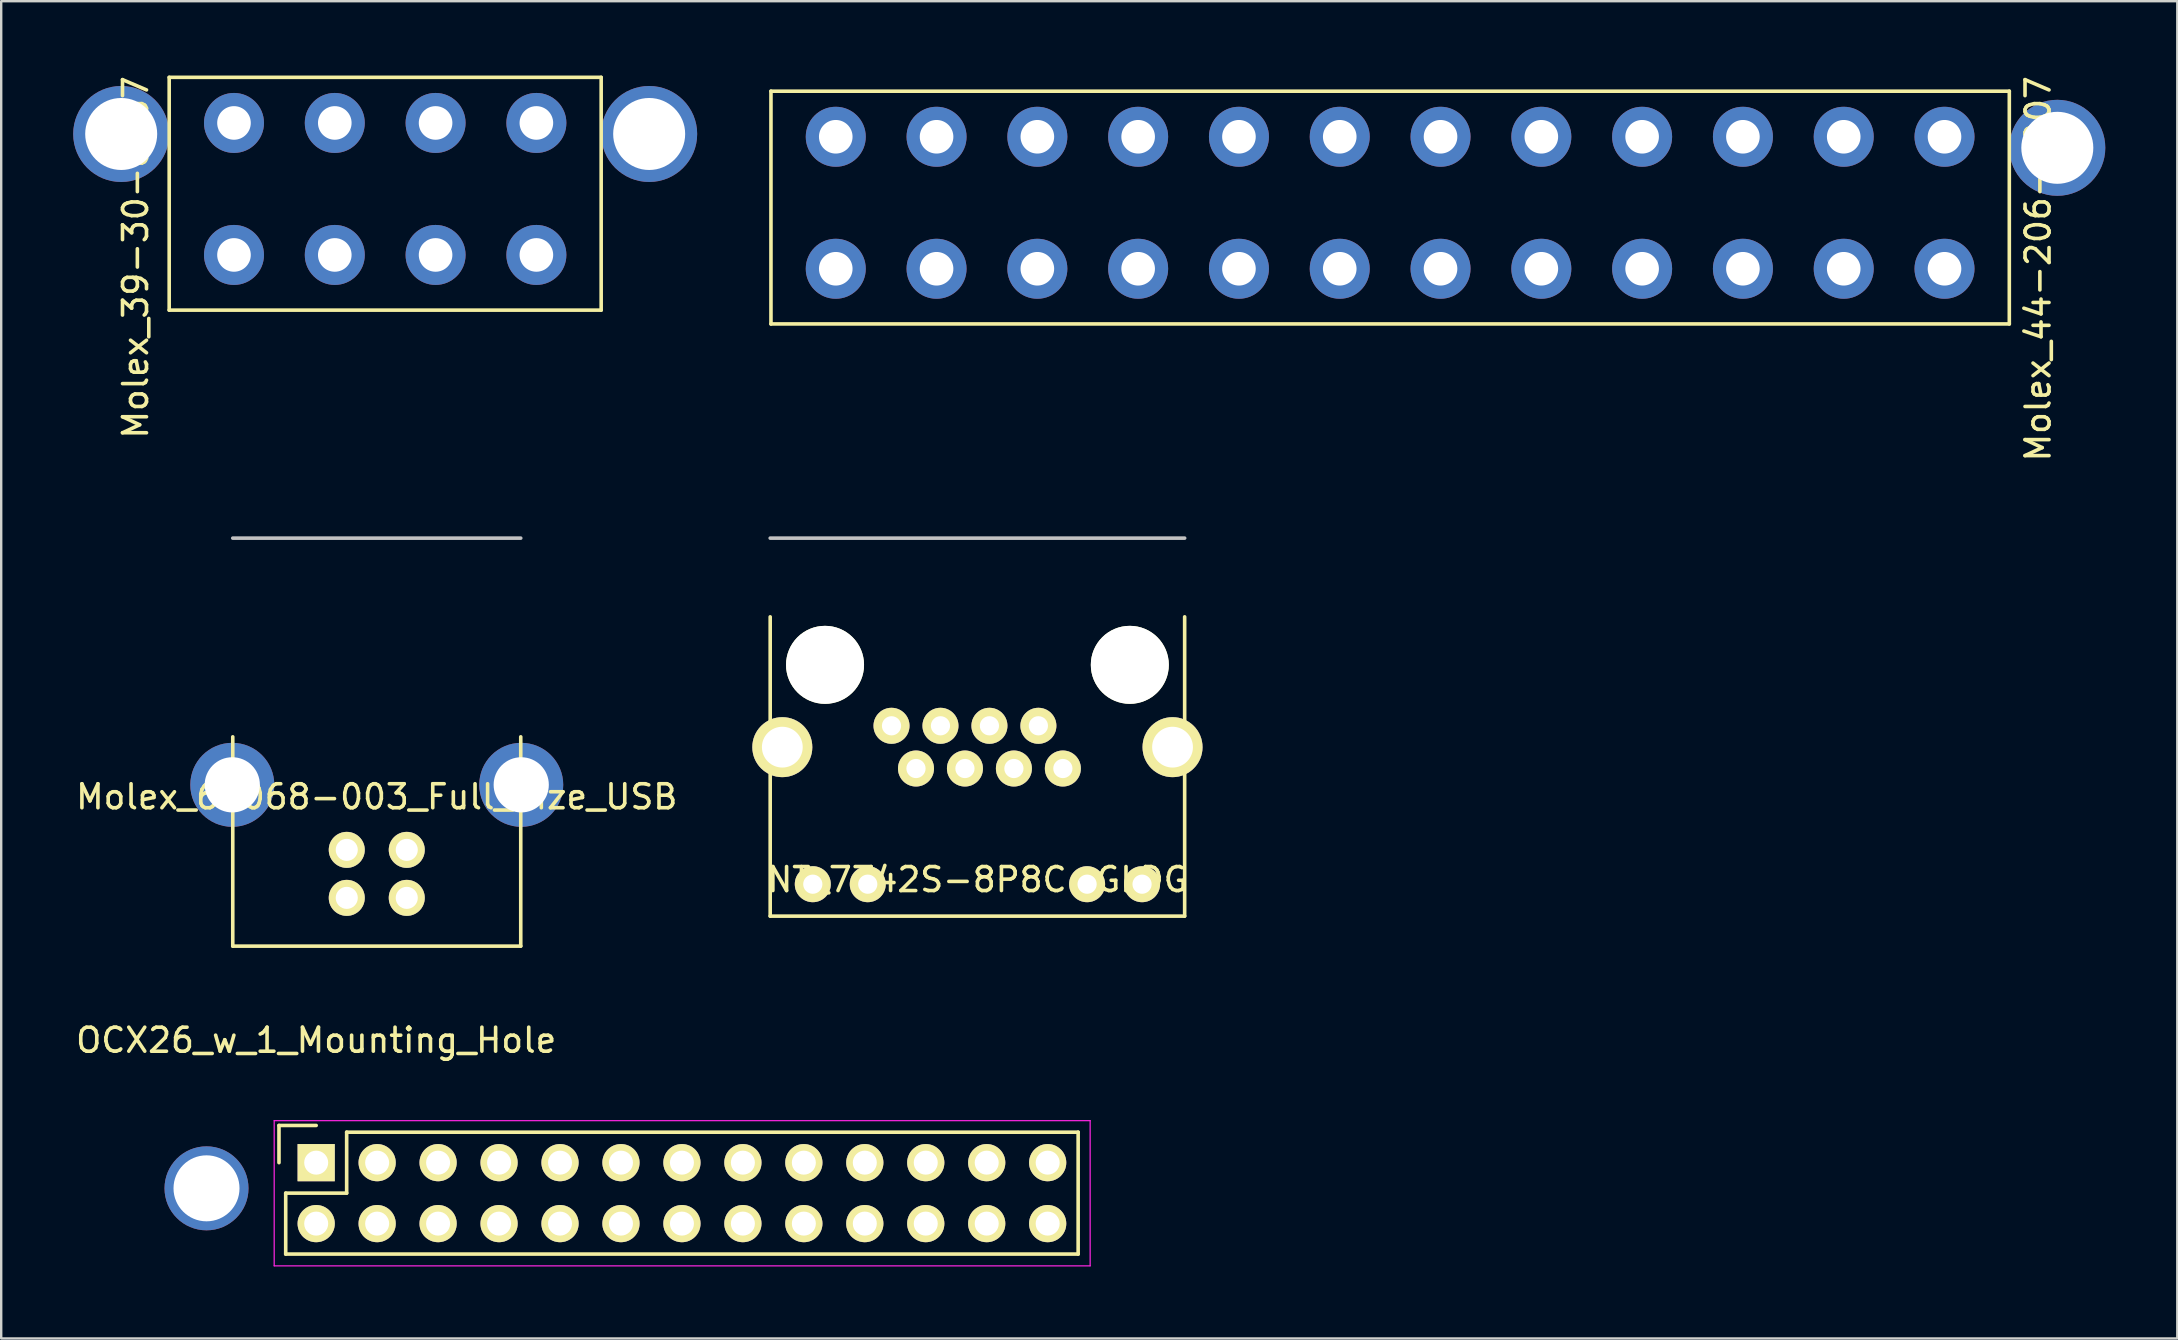
<source format=kicad_pcb>
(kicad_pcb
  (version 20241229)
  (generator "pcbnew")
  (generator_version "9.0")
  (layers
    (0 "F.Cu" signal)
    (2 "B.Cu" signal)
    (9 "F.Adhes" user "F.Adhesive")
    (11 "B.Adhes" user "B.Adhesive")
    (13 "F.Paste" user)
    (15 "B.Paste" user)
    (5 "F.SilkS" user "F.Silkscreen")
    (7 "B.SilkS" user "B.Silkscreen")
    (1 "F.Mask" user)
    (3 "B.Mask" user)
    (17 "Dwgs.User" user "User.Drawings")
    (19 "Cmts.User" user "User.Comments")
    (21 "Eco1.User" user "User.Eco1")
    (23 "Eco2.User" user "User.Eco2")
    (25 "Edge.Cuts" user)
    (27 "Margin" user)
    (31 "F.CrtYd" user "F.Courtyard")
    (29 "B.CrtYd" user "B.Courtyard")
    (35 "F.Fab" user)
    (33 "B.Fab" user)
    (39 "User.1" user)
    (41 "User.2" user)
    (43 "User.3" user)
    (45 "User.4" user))
  (footprint "Molex_67068-003_Full_Size_USB"
    (layer "F.Cu")
    (at 12.649 29.653)
    (property "Reference" "Molex_67068-003_Full_Size_USB" (at 0 0.5 0) (layer "F.SilkS") (effects (font (size 1 1) (thickness 0.15))))
    (attr through_hole)
    (fp_line (start -6 -2) (end -6 6.72) (stroke (width 0.15) (type solid)) (layer "F.SilkS"))
    (fp_line (start -6 6.72) (end 6 6.72) (stroke (width 0.15) (type solid)) (layer "F.SilkS"))
    (fp_line (start 6 6.72) (end 6 -2) (stroke (width 0.15) (type solid)) (layer "F.SilkS"))
    (fp_line (start -6 -10.28) (end 6 -10.28) (stroke (width 0.15) (type solid)) (layer "Dwgs.User"))
    (pad "1" thru_hole circle (at -1.25 4.71) (size 1.5 1.5) (drill 0.92) (layers "*.Cu" "*.Mask" "F.SilkS"))
    (pad "2" thru_hole circle (at 1.25 4.71) (size 1.5 1.5) (drill 0.92) (layers "*.Cu" "*.Mask" "F.SilkS"))
    (pad "3" thru_hole circle (at 1.25 2.71) (size 1.5 1.5) (drill 0.92) (layers "*.Cu" "*.Mask" "F.SilkS"))
    (pad "4" thru_hole circle (at -1.25 2.71) (size 1.5 1.5) (drill 0.92) (layers "*.Cu" "*.Mask" "F.SilkS"))
    (pad "5" thru_hole circle (at -6.02 0) (size 3.5 3.5) (drill 2.3) (layers "*.Cu" "*.Mask"))
    (pad "5" thru_hole circle (at 6.02 0) (size 3.5 3.5) (drill 2.3) (layers "*.Cu" "*.Mask")))
  (footprint "OCX26_w_1_Mounting_Hole"
    (layer "F.Cu")
    (at 10.125 45.396)
    (property "Reference" "OCX26_w_1_Mounting_Hole" (at 0 -5.1 0) (layer "F.SilkS") (effects (font (size 1 1) (thickness 0.15))))
    (attr through_hole)
    (fp_line (start -1.55 -1.55) (end -1.55 0) (stroke (width 0.15) (type solid)) (layer "F.SilkS"))
    (fp_line (start -1.27 1.27) (end 1.27 1.27) (stroke (width 0.15) (type solid)) (layer "F.SilkS"))
    (fp_line (start -1.27 3.81) (end -1.27 1.27) (stroke (width 0.15) (type solid)) (layer "F.SilkS"))
    (fp_line (start -1.27 3.81) (end 31.75 3.81) (stroke (width 0.15) (type solid)) (layer "F.SilkS"))
    (fp_line (start 0 -1.55) (end -1.55 -1.55) (stroke (width 0.15) (type solid)) (layer "F.SilkS"))
    (fp_line (start 1.27 -1.27) (end 31.75 -1.27) (stroke (width 0.15) (type solid)) (layer "F.SilkS"))
    (fp_line (start 1.27 1.27) (end 1.27 -1.27) (stroke (width 0.15) (type solid)) (layer "F.SilkS"))
    (fp_line (start 31.75 3.81) (end 31.75 -1.27) (stroke (width 0.15) (type solid)) (layer "F.SilkS"))
    (fp_line (start -1.75 -1.75) (end -1.75 4.3) (stroke (width 0.05) (type solid)) (layer "F.CrtYd"))
    (fp_line (start -1.75 -1.75) (end 32.25 -1.75) (stroke (width 0.05) (type solid)) (layer "F.CrtYd"))
    (fp_line (start -1.75 4.3) (end 32.25 4.3) (stroke (width 0.05) (type solid)) (layer "F.CrtYd"))
    (fp_line (start 32.25 -1.75) (end 32.25 4.3) (stroke (width 0.05) (type solid)) (layer "F.CrtYd"))
    (pad "" np_thru_hole circle (at -4.57 1.07) (size 3.5 3.5) (drill 2.75) (layers "*.Cu" "*.Mask"))
    (pad "1" thru_hole rect (at 0 0) (size 1.55 1.55) (drill 1) (layers "*.Cu" "*.Mask" "F.SilkS"))
    (pad "2" thru_hole oval (at 0 2.54) (size 1.55 1.55) (drill 1) (layers "*.Cu" "*.Mask" "F.SilkS"))
    (pad "3" thru_hole oval (at 2.54 0) (size 1.55 1.55) (drill 1) (layers "*.Cu" "*.Mask" "F.SilkS"))
    (pad "4" thru_hole oval (at 2.54 2.54) (size 1.55 1.55) (drill 1) (layers "*.Cu" "*.Mask" "F.SilkS"))
    (pad "5" thru_hole oval (at 5.08 0) (size 1.55 1.55) (drill 1) (layers "*.Cu" "*.Mask" "F.SilkS"))
    (pad "6" thru_hole oval (at 5.08 2.54) (size 1.55 1.55) (drill 1) (layers "*.Cu" "*.Mask" "F.SilkS"))
    (pad "7" thru_hole oval (at 7.62 0) (size 1.55 1.55) (drill 1) (layers "*.Cu" "*.Mask" "F.SilkS"))
    (pad "8" thru_hole oval (at 7.62 2.54) (size 1.55 1.55) (drill 1) (layers "*.Cu" "*.Mask" "F.SilkS"))
    (pad "9" thru_hole oval (at 10.16 0) (size 1.55 1.55) (drill 1) (layers "*.Cu" "*.Mask" "F.SilkS"))
    (pad "10" thru_hole oval (at 10.16 2.54) (size 1.55 1.55) (drill 1) (layers "*.Cu" "*.Mask" "F.SilkS"))
    (pad "11" thru_hole oval (at 12.7 0) (size 1.55 1.55) (drill 1) (layers "*.Cu" "*.Mask" "F.SilkS"))
    (pad "12" thru_hole oval (at 12.7 2.54) (size 1.55 1.55) (drill 1) (layers "*.Cu" "*.Mask" "F.SilkS"))
    (pad "13" thru_hole oval (at 15.24 0) (size 1.55 1.55) (drill 1) (layers "*.Cu" "*.Mask" "F.SilkS"))
    (pad "14" thru_hole oval (at 15.24 2.54) (size 1.55 1.55) (drill 1) (layers "*.Cu" "*.Mask" "F.SilkS"))
    (pad "15" thru_hole oval (at 17.78 0) (size 1.55 1.55) (drill 1) (layers "*.Cu" "*.Mask" "F.SilkS"))
    (pad "16" thru_hole oval (at 17.78 2.54) (size 1.55 1.55) (drill 1) (layers "*.Cu" "*.Mask" "F.SilkS"))
    (pad "17" thru_hole oval (at 20.32 0) (size 1.55 1.55) (drill 1) (layers "*.Cu" "*.Mask" "F.SilkS"))
    (pad "18" thru_hole oval (at 20.32 2.54) (size 1.55 1.55) (drill 1) (layers "*.Cu" "*.Mask" "F.SilkS"))
    (pad "19" thru_hole oval (at 22.86 0) (size 1.55 1.55) (drill 1) (layers "*.Cu" "*.Mask" "F.SilkS"))
    (pad "20" thru_hole oval (at 22.86 2.54) (size 1.55 1.55) (drill 1) (layers "*.Cu" "*.Mask" "F.SilkS"))
    (pad "21" thru_hole oval (at 25.4 0) (size 1.55 1.55) (drill 1) (layers "*.Cu" "*.Mask" "F.SilkS"))
    (pad "22" thru_hole oval (at 25.4 2.54) (size 1.55 1.55) (drill 1) (layers "*.Cu" "*.Mask" "F.SilkS"))
    (pad "23" thru_hole oval (at 27.94 0) (size 1.55 1.55) (drill 1) (layers "*.Cu" "*.Mask" "F.SilkS"))
    (pad "24" thru_hole oval (at 27.94 2.54) (size 1.55 1.55) (drill 1) (layers "*.Cu" "*.Mask" "F.SilkS"))
    (pad "25" thru_hole oval (at 30.48 0) (size 1.55 1.55) (drill 1) (layers "*.Cu" "*.Mask" "F.SilkS"))
    (pad "26" thru_hole oval (at 30.48 2.54) (size 1.55 1.55) (drill 1) (layers "*.Cu" "*.Mask" "F.SilkS")))
  (footprint "Molex_39-30-6087"
    (layer "F.Cu")
    (at 19.3 7.573)
    (property "Reference" "Molex_39-30-6087" (at -16.7 0.1 90) (layer "F.SilkS") (effects (font (size 1 1) (thickness 0.15))))
    (attr through_hole)
    (fp_line (start -15.3 -7.4) (end 2.7 -7.4) (stroke (width 0.15) (type solid)) (layer "F.SilkS"))
    (fp_line (start -15.3 2.3) (end -15.3 -7.4) (stroke (width 0.15) (type solid)) (layer "F.SilkS"))
    (fp_line (start 2.7 -7.4) (end 2.7 2.3) (stroke (width 0.15) (type solid)) (layer "F.SilkS"))
    (fp_line (start 2.7 2.3) (end -15.3 2.3) (stroke (width 0.15) (type solid)) (layer "F.SilkS"))
    (pad "" np_thru_hole circle (at -17.3 -5.04) (size 4 4) (drill 3) (layers "*.Cu" "*.Mask"))
    (pad "" np_thru_hole circle (at 4.7 -5.04) (size 4 4) (drill 3) (layers "*.Cu" "*.Mask"))
    (pad "1" thru_hole circle (at 0 0) (size 2.5 2.5) (drill 1.4) (layers "*.Cu" "*.Mask"))
    (pad "2" thru_hole circle (at -4.2 0) (size 2.5 2.5) (drill 1.4) (layers "*.Cu" "*.Mask"))
    (pad "3" thru_hole circle (at -8.4 0) (size 2.5 2.5) (drill 1.4) (layers "*.Cu" "*.Mask"))
    (pad "4" thru_hole circle (at -12.6 0) (size 2.5 2.5) (drill 1.4) (layers "*.Cu" "*.Mask"))
    (pad "5" thru_hole circle (at 0 -5.5) (size 2.5 2.5) (drill 1.4) (layers "*.Cu" "*.Mask"))
    (pad "6" thru_hole circle (at -4.2 -5.5) (size 2.5 2.5) (drill 1.4) (layers "*.Cu" "*.Mask"))
    (pad "7" thru_hole circle (at -8.4 -5.5) (size 2.5 2.5) (drill 1.4) (layers "*.Cu" "*.Mask"))
    (pad "8" thru_hole circle (at -12.6 -5.5) (size 2.5 2.5) (drill 1.4) (layers "*.Cu" "*.Mask")))
  (footprint "NT_7742S-8P8C-GLDG"
    (layer "F.Cu")
    (at 37.678 24.653)
    (property "Reference" "NT_7742S-8P8C-GLDG" (at 0 8.95 0) (layer "F.SilkS") (effects (font (size 1 1) (thickness 0.15))))
    (attr through_hole)
    (fp_line (start -8.635 10.47) (end -8.635 -2) (stroke (width 0.15) (type solid)) (layer "F.SilkS"))
    (fp_line (start 8.635 -2) (end 8.635 10.47) (stroke (width 0.15) (type solid)) (layer "F.SilkS"))
    (fp_line (start 8.635 10.47) (end -8.635 10.47) (stroke (width 0.15) (type solid)) (layer "F.SilkS"))
    (fp_line (start -8.635 -5.28) (end 8.635 -5.28) (stroke (width 0.15) (type solid)) (layer "Dwgs.User"))
    (pad "" np_thru_hole circle (at -6.35 0) (size 3.25 3.25) (drill 3.25) (layers "*.Cu" "*.Mask" "F.SilkS"))
    (pad "" np_thru_hole circle (at 6.35 0) (size 3.25 3.25) (drill 3.25) (layers "*.Cu" "*.Mask" "F.SilkS"))
    (pad "1" thru_hole circle (at -3.58 2.54) (size 1.5 1.5) (drill 0.8) (layers "*.Cu" "*.Mask" "F.SilkS"))
    (pad "2" thru_hole circle (at -1.54 2.54) (size 1.5 1.5) (drill 0.8) (layers "*.Cu" "*.Mask" "F.SilkS"))
    (pad "3" thru_hole circle (at 0.5 2.54) (size 1.5 1.5) (drill 0.8) (layers "*.Cu" "*.Mask" "F.SilkS"))
    (pad "4" thru_hole circle (at 2.54 2.54) (size 1.5 1.5) (drill 0.8) (layers "*.Cu" "*.Mask" "F.SilkS"))
    (pad "5" thru_hole circle (at -2.56 4.32) (size 1.5 1.5) (drill 0.8) (layers "*.Cu" "*.Mask" "F.SilkS"))
    (pad "6" thru_hole circle (at -0.52 4.32) (size 1.5 1.5) (drill 0.8) (layers "*.Cu" "*.Mask" "F.SilkS"))
    (pad "7" thru_hole circle (at 1.52 4.32) (size 1.5 1.5) (drill 0.8) (layers "*.Cu" "*.Mask" "F.SilkS"))
    (pad "8" thru_hole circle (at 3.56 4.32) (size 1.5 1.5) (drill 0.8) (layers "*.Cu" "*.Mask" "F.SilkS"))
    (pad "9" thru_hole circle (at -6.86 9.14) (size 1.5 1.5) (drill 0.8) (layers "*.Cu" "*.Mask" "F.SilkS"))
    (pad "10" thru_hole circle (at -4.57 9.14) (size 1.5 1.5) (drill 0.8) (layers "*.Cu" "*.Mask" "F.SilkS"))
    (pad "11" thru_hole circle (at 4.57 9.14) (size 1.5 1.5) (drill 0.8) (layers "*.Cu" "*.Mask" "F.SilkS"))
    (pad "12" thru_hole circle (at 6.86 9.14) (size 1.5 1.5) (drill 0.8) (layers "*.Cu" "*.Mask" "F.SilkS"))
    (pad "13" thru_hole circle (at -8.13 3.43) (size 2.5 2.5) (drill 1.7) (layers "*.Cu" "*.Mask" "F.SilkS"))
    (pad "13" thru_hole circle (at 8.13 3.43) (size 2.5 2.5) (drill 1.7) (layers "*.Cu" "*.Mask" "F.SilkS")))
  (footprint "Molex_44-206-0007"
    (layer "F.Cu")
    (at 77.975 8.149)
    (property "Reference" "Molex_44-206-0007" (at 3.9 0 90) (layer "F.SilkS") (effects (font (size 1 1) (thickness 0.15))))
    (attr through_hole)
    (fp_line (start -48.9 -7.4) (end 2.7 -7.4) (stroke (width 0.15) (type solid)) (layer "F.SilkS"))
    (fp_line (start -48.9 2.3) (end -48.9 -7.4) (stroke (width 0.15) (type solid)) (layer "F.SilkS"))
    (fp_line (start 2.7 -7.4) (end 2.7 2.3) (stroke (width 0.15) (type solid)) (layer "F.SilkS"))
    (fp_line (start 2.7 2.3) (end -48.9 2.3) (stroke (width 0.15) (type solid)) (layer "F.SilkS"))
    (pad "" np_thru_hole circle (at 4.7 -5.04) (size 4 4) (drill 3) (layers "*.Cu" "*.Mask"))
    (pad "1" thru_hole circle (at 0 0) (size 2.5 2.5) (drill 1.4) (layers "*.Cu" "*.Mask"))
    (pad "2" thru_hole circle (at -4.2 0) (size 2.5 2.5) (drill 1.4) (layers "*.Cu" "*.Mask"))
    (pad "3" thru_hole circle (at -8.4 0) (size 2.5 2.5) (drill 1.4) (layers "*.Cu" "*.Mask"))
    (pad "4" thru_hole circle (at -12.6 0) (size 2.5 2.5) (drill 1.4) (layers "*.Cu" "*.Mask"))
    (pad "5" thru_hole circle (at -16.8 0) (size 2.5 2.5) (drill 1.4) (layers "*.Cu" "*.Mask"))
    (pad "6" thru_hole circle (at -21 0) (size 2.5 2.5) (drill 1.4) (layers "*.Cu" "*.Mask"))
    (pad "7" thru_hole circle (at -25.2 0) (size 2.5 2.5) (drill 1.4) (layers "*.Cu" "*.Mask"))
    (pad "8" thru_hole circle (at -29.4 0) (size 2.5 2.5) (drill 1.4) (layers "*.Cu" "*.Mask"))
    (pad "9" thru_hole circle (at -33.6 0) (size 2.5 2.5) (drill 1.4) (layers "*.Cu" "*.Mask"))
    (pad "10" thru_hole circle (at -37.8 0) (size 2.5 2.5) (drill 1.4) (layers "*.Cu" "*.Mask"))
    (pad "11" thru_hole circle (at -42 0) (size 2.5 2.5) (drill 1.4) (layers "*.Cu" "*.Mask"))
    (pad "12" thru_hole circle (at -46.2 0) (size 2.5 2.5) (drill 1.4) (layers "*.Cu" "*.Mask"))
    (pad "13" thru_hole circle (at 0 -5.5) (size 2.5 2.5) (drill 1.4) (layers "*.Cu" "*.Mask"))
    (pad "14" thru_hole circle (at -4.2 -5.5) (size 2.5 2.5) (drill 1.4) (layers "*.Cu" "*.Mask"))
    (pad "15" thru_hole circle (at -8.4 -5.5) (size 2.5 2.5) (drill 1.4) (layers "*.Cu" "*.Mask"))
    (pad "16" thru_hole circle (at -12.6 -5.5) (size 2.5 2.5) (drill 1.4) (layers "*.Cu" "*.Mask"))
    (pad "17" thru_hole circle (at -16.8 -5.5) (size 2.5 2.5) (drill 1.4) (layers "*.Cu" "*.Mask"))
    (pad "18" thru_hole circle (at -21 -5.5) (size 2.5 2.5) (drill 1.4) (layers "*.Cu" "*.Mask"))
    (pad "19" thru_hole circle (at -25.2 -5.5) (size 2.5 2.5) (drill 1.4) (layers "*.Cu" "*.Mask"))
    (pad "20" thru_hole circle (at -29.4 -5.5) (size 2.5 2.5) (drill 1.4) (layers "*.Cu" "*.Mask"))
    (pad "21" thru_hole circle (at -33.6 -5.5) (size 2.5 2.5) (drill 1.4) (layers "*.Cu" "*.Mask"))
    (pad "22" thru_hole circle (at -37.8 -5.5) (size 2.5 2.5) (drill 1.4) (layers "*.Cu" "*.Mask"))
    (pad "23" thru_hole circle (at -42 -5.5) (size 2.5 2.5) (drill 1.4) (layers "*.Cu" "*.Mask"))
    (pad "24" thru_hole circle (at -46.2 -5.5) (size 2.5 2.5) (drill 1.4) (layers "*.Cu" "*.Mask")))
  (gr_rect
    (start -3 -3)
    (end 87.675 52.721)
    (stroke (width 0.1) (type default))
    (fill no)
    (layer "Edge.Cuts")))
</source>
